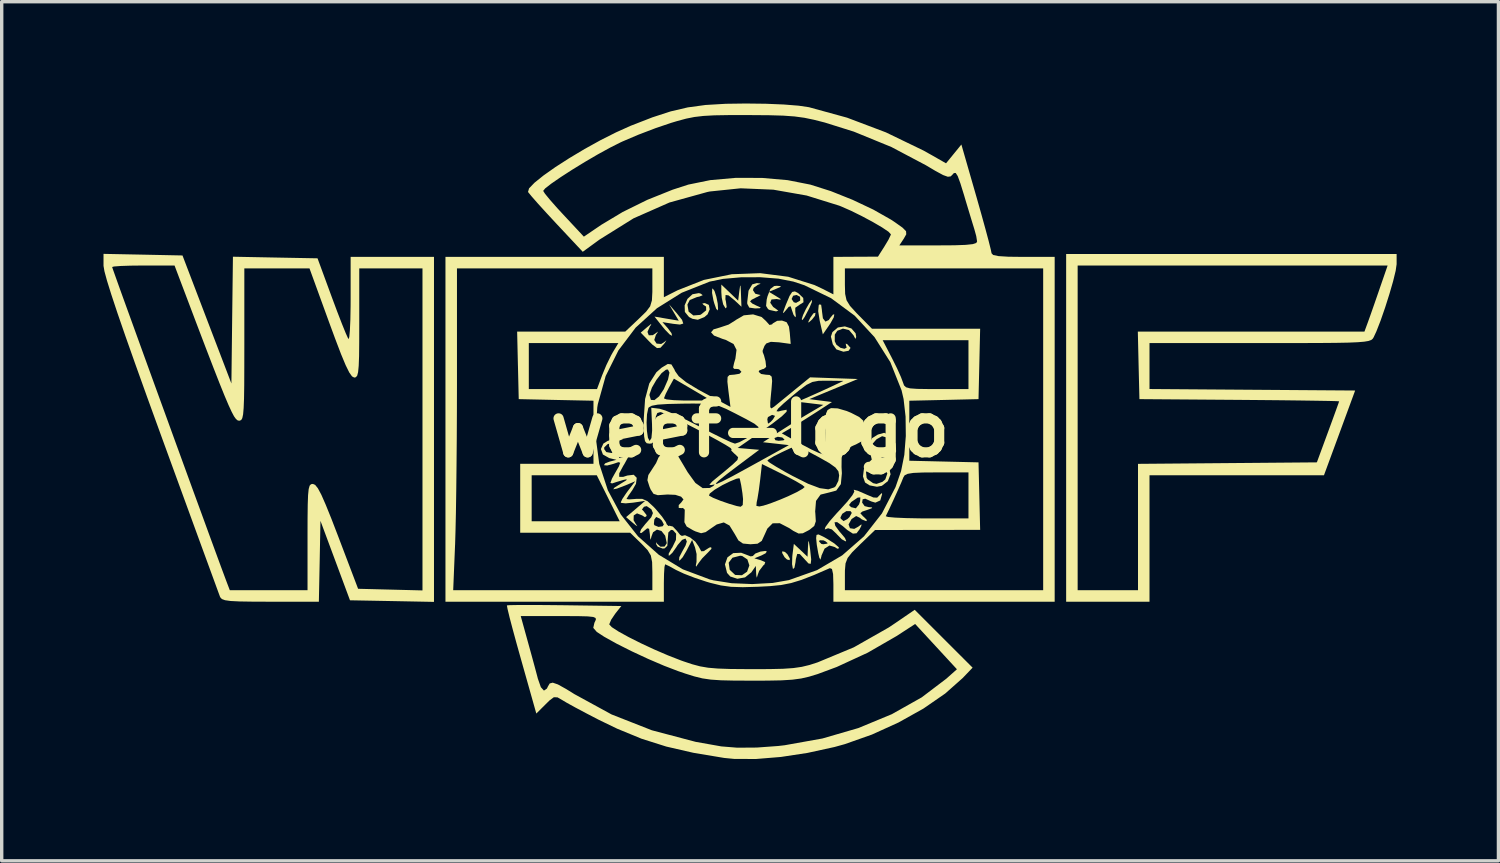
<source format=kicad_pcb>
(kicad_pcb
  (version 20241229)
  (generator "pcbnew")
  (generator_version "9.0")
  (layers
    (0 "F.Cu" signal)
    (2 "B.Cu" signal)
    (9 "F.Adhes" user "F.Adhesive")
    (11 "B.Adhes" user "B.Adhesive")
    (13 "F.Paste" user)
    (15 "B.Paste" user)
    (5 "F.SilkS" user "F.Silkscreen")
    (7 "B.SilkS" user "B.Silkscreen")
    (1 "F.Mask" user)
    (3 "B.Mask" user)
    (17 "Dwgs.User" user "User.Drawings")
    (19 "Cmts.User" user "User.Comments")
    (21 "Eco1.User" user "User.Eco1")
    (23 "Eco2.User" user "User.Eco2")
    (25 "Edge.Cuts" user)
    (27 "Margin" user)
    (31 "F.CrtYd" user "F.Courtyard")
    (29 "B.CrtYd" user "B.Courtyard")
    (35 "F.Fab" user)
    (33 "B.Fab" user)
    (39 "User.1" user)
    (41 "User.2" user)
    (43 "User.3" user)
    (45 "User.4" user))
  (footprint "weef-logo"
    (layer "F.Cu")
    (at 19.05 9.599)
    (property "Reference" "weef-logo" (at 0 0 0) (layer "F.SilkS") (effects (font (size 1.5 1.5) (thickness 0.3))))
    (attr board_only exclude_from_pos_files exclude_from_bom)
    (fp_poly (pts (xy 0.563 -4.045) (xy 0.55 -4.052) (xy 0.568 -4.059)) (stroke (width 0) (type solid)) (fill yes) (layer "F.SilkS"))
    (fp_poly (pts (xy 0.909 -4.219) (xy 0.883 -4.188) (xy 0.762 -4.137) (xy 0.568 -4.059) (xy 0.598 -4.135) (xy 0.711 -4.221) (xy 0.787 -4.228)) (stroke (width 0) (type solid)) (fill yes) (layer "F.SilkS"))
    (fp_poly (pts (xy 1.914 -3.345) (xy 1.827 -3.236) (xy 1.722 -3.142) (xy 1.719 -3.175) (xy 1.775 -3.288) (xy 1.866 -3.416) (xy 1.928 -3.434)) (stroke (width 0) (type solid)) (fill yes) (layer "F.SilkS"))
    (fp_poly (pts (xy 1.029 3.614) (xy 1.101 3.683) (xy 1.171 3.807) (xy 1.167 3.856) (xy 1.088 3.836) (xy 1.016 3.768) (xy 0.945 3.643) (xy 0.95 3.594)) (stroke (width 0) (type solid)) (fill yes) (layer "F.SilkS"))
    (fp_poly (pts (xy -1.048 -4.076) (xy -0.993 -3.905) (xy -0.953 -3.705) (xy -0.943 -3.547) (xy -0.957 -3.502) (xy -0.998 -3.551) (xy -1.057 -3.719) (xy -1.081 -3.807) (xy -1.12 -4.017) (xy -1.115 -4.137) (xy -1.101 -4.149)) (stroke (width 0) (type solid)) (fill yes) (layer "F.SilkS"))
    (fp_poly (pts (xy 1.819 -3.744) (xy 1.75 -3.581) (xy 1.727 -3.535) (xy 1.607 -3.308) (xy 1.544 -3.217) (xy 1.524 -3.243) (xy 1.524 -3.25) (xy 1.56 -3.365) (xy 1.644 -3.541) (xy 1.74 -3.709) (xy 1.814 -3.805) (xy 1.825 -3.81)) (stroke (width 0) (type solid)) (fill yes) (layer "F.SilkS"))
    (fp_poly (pts (xy -2.168 -3.429) (xy -2.004 -3.224) (xy -1.968 -3.116) (xy -2.065 -3.086) (xy -2.265 -3.108) (xy -2.582 -3.158) (xy -2.421 -2.976) (xy -2.316 -2.834) (xy -2.297 -2.755) (xy -2.366 -2.792) (xy -2.499 -2.928) (xy -2.575 -3.019) (xy -2.816 -3.321) (xy -2.459 -3.26) (xy -2.101 -3.2) (xy -2.245 -3.441) (xy -2.388 -3.683)) (stroke (width 0) (type solid)) (fill yes) (layer "F.SilkS"))
    (fp_poly (pts (xy 0.762 -3.926) (xy 0.9 -3.839) (xy 0.895 -3.819) (xy 0.783 -3.839) (xy 0.631 -3.825) (xy 0.594 -3.73) (xy 0.68 -3.605) (xy 0.741 -3.563) (xy 0.832 -3.496) (xy 0.772 -3.475) (xy 0.762 -3.475) (xy 0.577 -3.516) (xy 0.531 -3.54) (xy 0.472 -3.635) (xy 0.49 -3.824) (xy 0.514 -3.92) (xy 0.563 -4.045)) (stroke (width 0) (type solid)) (fill yes) (layer "F.SilkS"))
    (fp_poly (pts (xy 2.094 -3.67) (xy 2.117 -3.511) (xy 2.117 -3.493) (xy 2.146 -3.27) (xy 2.221 -3.173) (xy 2.32 -3.22) (xy 2.359 -3.278) (xy 2.443 -3.381) (xy 2.482 -3.386) (xy 2.465 -3.297) (xy 2.371 -3.128) (xy 2.333 -3.071) (xy 2.144 -2.797) (xy 2.052 -3.198) (xy 2.007 -3.482) (xy 2.023 -3.656) (xy 2.038 -3.679)) (stroke (width 0) (type solid)) (fill yes) (layer "F.SilkS"))
    (fp_poly (pts (xy -0.599 -4.028) (xy -0.351 -3.79) (xy -0.316 -4.075) (xy -0.294 -4.227) (xy -0.281 -4.231) (xy -0.271 -4.077) (xy -0.268 -3.986) (xy -0.254 -3.611) (xy -0.45 -3.795) (xy -0.633 -3.945) (xy -0.722 -3.958) (xy -0.727 -3.833) (xy -0.712 -3.768) (xy -0.689 -3.6) (xy -0.721 -3.562) (xy -0.788 -3.672) (xy -0.795 -3.69) (xy -0.835 -3.878) (xy -0.847 -4.044) (xy -0.847 -4.265)) (stroke (width 0) (type solid)) (fill yes) (layer "F.SilkS"))
    (fp_poly (pts (xy 1.755 3.442) (xy 1.771 3.556) (xy 1.801 3.836) (xy 1.787 3.964) (xy 1.72 3.952) (xy 1.609 3.831) (xy 1.467 3.677) (xy 1.389 3.672) (xy 1.349 3.825) (xy 1.339 3.916) (xy 1.308 4.077) (xy 1.267 4.115) (xy 1.261 4.106) (xy 1.237 3.973) (xy 1.244 3.751) (xy 1.249 3.699) (xy 1.29 3.376) (xy 1.492 3.565) (xy 1.693 3.755) (xy 1.706 3.465) (xy 1.716 3.308) (xy 1.73 3.298)) (stroke (width 0) (type solid)) (fill yes) (layer "F.SilkS"))
    (fp_poly (pts (xy -2.916 -3.078) (xy -2.951 -3.031) (xy -3.023 -2.87) (xy -2.985 -2.77) (xy -2.868 -2.773) (xy -2.808 -2.811) (xy -2.713 -2.879) (xy -2.739 -2.83) (xy -2.774 -2.784) (xy -2.823 -2.631) (xy -2.754 -2.525) (xy -2.619 -2.514) (xy -2.538 -2.563) (xy -2.465 -2.622) (xy -2.5 -2.564) (xy -2.533 -2.519) (xy -2.641 -2.402) (xy -2.742 -2.393) (xy -2.882 -2.499) (xy -2.992 -2.61) (xy -3.221 -2.849) (xy -3.03 -3.012) (xy -2.916 -3.103)) (stroke (width 0) (type solid)) (fill yes) (layer "F.SilkS"))
    (fp_poly (pts (xy 0.312 -4.294) (xy 0.262 -4.267) (xy 0.233 -4.26) (xy 0.107 -4.17) (xy 0.085 -4.1) (xy 0.154 -3.995) (xy 0.233 -3.974) (xy 0.31 -3.957) (xy 0.233 -3.91) (xy 0.191 -3.892) (xy 0.045 -3.816) (xy 0 -3.768) (xy 0.068 -3.704) (xy 0.191 -3.643) (xy 0.314 -3.588) (xy 0.287 -3.567) (xy 0.148 -3.561) (xy -0.024 -3.586) (xy -0.082 -3.695) (xy -0.084 -3.747) (xy -0.045 -4.084) (xy 0.065 -4.27) (xy 0.2 -4.308)) (stroke (width 0) (type solid)) (fill yes) (layer "F.SilkS"))
    (fp_poly (pts (xy -1.451 -3.996) (xy -1.395 -3.951) (xy -1.495 -3.91) (xy -1.566 -3.896) (xy -1.777 -3.809) (xy -1.846 -3.675) (xy -1.811 -3.467) (xy -1.67 -3.354) (xy -1.471 -3.371) (xy -1.445 -3.384) (xy -1.293 -3.506) (xy -1.296 -3.617) (xy -1.376 -3.669) (xy -1.406 -3.707) (xy -1.333 -3.719) (xy -1.215 -3.666) (xy -1.189 -3.535) (xy -1.252 -3.386) (xy -1.349 -3.305) (xy -1.539 -3.228) (xy -1.699 -3.256) (xy -1.799 -3.309) (xy -1.921 -3.457) (xy -1.928 -3.652) (xy -1.845 -3.842) (xy -1.697 -3.979) (xy -1.509 -4.013)) (stroke (width 0) (type solid)) (fill yes) (layer "F.SilkS"))
    (fp_poly (pts (xy 2.986 -2.971) (xy 3.109 -2.829) (xy 3.127 -2.72) (xy 3.105 -2.663) (xy 3.047 -2.77) (xy 3.045 -2.773) (xy 2.916 -2.923) (xy 2.736 -2.967) (xy 2.57 -2.903) (xy 2.496 -2.79) (xy 2.495 -2.595) (xy 2.543 -2.494) (xy 2.662 -2.402) (xy 2.782 -2.372) (xy 2.846 -2.407) (xy 2.828 -2.468) (xy 2.818 -2.526) (xy 2.866 -2.506) (xy 2.961 -2.398) (xy 2.904 -2.314) (xy 2.75 -2.286) (xy 2.544 -2.354) (xy 2.437 -2.504) (xy 2.382 -2.732) (xy 2.426 -2.864) (xy 2.587 -3) (xy 2.793 -3.032)) (stroke (width 0) (type solid)) (fill yes) (layer "F.SilkS"))
    (fp_poly (pts (xy 2.158 3.164) (xy 2.285 3.236) (xy 2.487 3.366) (xy 2.608 3.472) (xy 2.624 3.503) (xy 2.573 3.519) (xy 2.498 3.471) (xy 2.339 3.424) (xy 2.195 3.516) (xy 2.104 3.722) (xy 2.099 3.753) (xy 2.073 3.842) (xy 2.04 3.782) (xy 2.009 3.651) (xy 1.966 3.405) (xy 1.956 3.305) (xy 2.032 3.305) (xy 2.101 3.377) (xy 2.159 3.387) (xy 2.272 3.369) (xy 2.286 3.353) (xy 2.22 3.299) (xy 2.159 3.271) (xy 2.05 3.27) (xy 2.032 3.305) (xy 1.956 3.305) (xy 1.947 3.208) (xy 1.947 3.204) (xy 1.958 3.112) (xy 2.015 3.097)) (stroke (width 0) (type solid)) (fill yes) (layer "F.SilkS"))
    (fp_poly (pts (xy 1.417 -4.013) (xy 1.566 -3.871) (xy 1.574 -3.743) (xy 1.458 -3.67) (xy 1.332 -3.581) (xy 1.332 -3.464) (xy 1.349 -3.332) (xy 1.332 -3.302) (xy 1.281 -3.373) (xy 1.24 -3.491) (xy 1.197 -3.623) (xy 1.139 -3.61) (xy 1.058 -3.512) (xy 0.983 -3.424) (xy 0.972 -3.446) (xy 1.027 -3.598) (xy 1.058 -3.679) (xy 1.126 -3.839) (xy 1.224 -3.839) (xy 1.287 -3.744) (xy 1.355 -3.725) (xy 1.465 -3.786) (xy 1.478 -3.804) (xy 1.473 -3.905) (xy 1.371 -3.958) (xy 1.269 -3.936) (xy 1.224 -3.839) (xy 1.126 -3.839) (xy 1.163 -3.929) (xy 1.241 -4.047) (xy 1.321 -4.063)) (stroke (width 0) (type solid)) (fill yes) (layer "F.SilkS"))
    (fp_poly (pts (xy 0.495 3.6) (xy 0.457 3.654) (xy 0.33 3.719) (xy 0.127 3.801) (xy 0.319 3.858) (xy 0.447 3.914) (xy 0.425 3.981) (xy 0.39 4.011) (xy 0.268 4.172) (xy 0.229 4.276) (xy 0.199 4.373) (xy 0.184 4.312) (xy 0.179 4.236) (xy 0.169 4.026) (xy 0.038 4.214) (xy -0.147 4.363) (xy -0.375 4.404) (xy -0.583 4.337) (xy -0.679 4.23) (xy -0.74 3.98) (xy -0.722 3.93) (xy -0.63 3.93) (xy -0.601 4.132) (xy -0.596 4.143) (xy -0.439 4.291) (xy -0.24 4.3) (xy -0.088 4.195) (xy -0.021 4.01) (xy -0.079 3.834) (xy -0.233 3.732) (xy -0.292 3.725) (xy -0.518 3.783) (xy -0.63 3.93) (xy -0.722 3.93) (xy -0.667 3.774) (xy -0.496 3.648) (xy -0.263 3.637) (xy -0.141 3.683) (xy 0.016 3.744) (xy 0.085 3.733) (xy 0.085 3.73) (xy 0.154 3.661) (xy 0.305 3.603) (xy 0.45 3.584)) (stroke (width 0) (type solid)) (fill yes) (layer "F.SilkS"))
    (fp_poly (pts (xy 4.102 0.172) (xy 4.148 0.211) (xy 4.288 0.422) (xy 4.303 0.649) (xy 4.194 0.834) (xy 4.157 0.861) (xy 4.048 0.969) (xy 4.085 1.104) (xy 4.089 1.109) (xy 4.14 1.325) (xy 4.059 1.529) (xy 3.882 1.666) (xy 3.738 1.693) (xy 3.522 1.652) (xy 3.388 1.567) (xy 3.327 1.389) (xy 3.343 1.257) (xy 3.416 1.257) (xy 3.434 1.429) (xy 3.465 1.475) (xy 3.626 1.587) (xy 3.725 1.609) (xy 3.9 1.548) (xy 3.985 1.475) (xy 4.044 1.303) (xy 3.967 1.149) (xy 3.788 1.063) (xy 3.725 1.058) (xy 3.523 1.116) (xy 3.416 1.257) (xy 3.343 1.257) (xy 3.354 1.174) (xy 3.45 1.003) (xy 3.511 0.963) (xy 3.586 0.892) (xy 3.552 0.745) (xy 3.54 0.718) (xy 3.489 0.461) (xy 3.491 0.458) (xy 3.581 0.458) (xy 3.584 0.585) (xy 3.689 0.714) (xy 3.889 0.837) (xy 4.077 0.792) (xy 4.132 0.745) (xy 4.228 0.551) (xy 4.177 0.355) (xy 4.057 0.25) (xy 3.89 0.203) (xy 3.734 0.289) (xy 3.718 0.303) (xy 3.581 0.458) (xy 3.491 0.458) (xy 3.597 0.261) (xy 3.765 0.155) (xy 3.951 0.103)) (stroke (width 0) (type solid)) (fill yes) (layer "F.SilkS"))
    (fp_poly (pts (xy 19.05 -4.865) (xy 19.022 -4.671) (xy 18.947 -4.364) (xy 18.838 -3.987) (xy 18.711 -3.586) (xy 18.578 -3.203) (xy 18.454 -2.885) (xy 18.372 -2.709) (xy 18.344 -2.666) (xy 18.3 -2.631) (xy 18.222 -2.603) (xy 18.096 -2.582) (xy 17.905 -2.566) (xy 17.632 -2.554) (xy 17.262 -2.547) (xy 16.778 -2.543) (xy 16.164 -2.541) (xy 15.404 -2.54) (xy 15.025 -2.54) (xy 11.769 -2.54) (xy 11.769 -1.864) (xy 11.769 -1.187) (xy 14.798 -1.165) (xy 17.828 -1.143) (xy 17.369 0.106) (xy 16.909 1.355) (xy 14.339 1.355) (xy 11.769 1.355) (xy 11.769 3.217) (xy 11.769 5.08) (xy 10.541 5.08) (xy 9.313 5.08) (xy 9.313 -0.042) (xy 9.652 -0.042) (xy 9.652 4.741) (xy 10.541 4.741) (xy 11.43 4.741) (xy 11.43 2.88) (xy 11.43 1.018) (xy 14.065 0.996) (xy 16.7 0.974) (xy 17.027 0.085) (xy 17.158 -0.272) (xy 17.264 -0.564) (xy 17.334 -0.759) (xy 17.356 -0.824) (xy 17.274 -0.83) (xy 17.043 -0.836) (xy 16.681 -0.842) (xy 16.207 -0.849) (xy 15.641 -0.856) (xy 15.001 -0.862) (xy 14.415 -0.867) (xy 11.472 -0.889) (xy 11.448 -1.884) (xy 11.425 -2.879) (xy 14.763 -2.879) (xy 18.102 -2.879) (xy 18.203 -3.154) (xy 18.278 -3.363) (xy 18.387 -3.674) (xy 18.51 -4.029) (xy 18.544 -4.128) (xy 18.785 -4.826) (xy 14.219 -4.826) (xy 9.652 -4.826) (xy 9.652 -0.042) (xy 9.313 -0.042) (xy 9.313 -5.165) (xy 14.182 -5.165) (xy 19.05 -5.165)) (stroke (width 0) (type solid)) (fill yes) (layer "F.SilkS"))
    (fp_poly (pts (xy 3.173 1.81) (xy 3.414 1.915) (xy 3.431 1.923) (xy 3.635 2.009) (xy 3.745 2.014) (xy 3.814 1.944) (xy 3.878 1.879) (xy 3.892 1.905) (xy 3.836 2.096) (xy 3.692 2.161) (xy 3.572 2.125) (xy 3.394 2.044) (xy 3.317 2.062) (xy 3.302 2.159) (xy 3.375 2.263) (xy 3.493 2.293) (xy 3.597 2.302) (xy 3.584 2.327) (xy 3.437 2.381) (xy 3.31 2.422) (xy 3.249 2.472) (xy 3.328 2.563) (xy 3.353 2.582) (xy 3.443 2.674) (xy 3.425 2.707) (xy 3.293 2.655) (xy 3.234 2.607) (xy 3.126 2.555) (xy 2.996 2.641) (xy 2.988 2.649) (xy 2.902 2.804) (xy 2.943 2.915) (xy 3.07 2.934) (xy 3.185 2.871) (xy 3.282 2.799) (xy 3.278 2.845) (xy 3.227 2.945) (xy 3.138 3.063) (xy 3.03 3.074) (xy 2.867 2.969) (xy 2.731 2.852) (xy 2.565 2.734) (xy 2.489 2.74) (xy 2.511 2.843) (xy 2.64 3.019) (xy 2.668 3.049) (xy 2.796 3.203) (xy 2.832 3.292) (xy 2.816 3.302) (xy 2.703 3.241) (xy 2.558 3.094) (xy 2.55 3.083) (xy 2.409 2.949) (xy 2.297 2.915) (xy 2.289 2.919) (xy 2.2 2.952) (xy 2.22 2.88) (xy 2.341 2.715) (xy 2.442 2.599) (xy 2.662 2.599) (xy 2.673 2.634) (xy 2.754 2.704) (xy 2.866 2.646) (xy 2.928 2.588) (xy 2.997 2.463) (xy 2.96 2.411) (xy 2.838 2.41) (xy 2.716 2.49) (xy 2.662 2.599) (xy 2.442 2.599) (xy 2.552 2.474) (xy 2.662 2.357) (xy 2.775 2.231) (xy 2.915 2.231) (xy 2.976 2.294) (xy 3.117 2.328) (xy 3.211 2.213) (xy 3.242 2.118) (xy 3.249 2.007) (xy 3.172 2.012) (xy 2.993 2.134) (xy 2.98 2.144) (xy 2.915 2.231) (xy 2.775 2.231) (xy 2.87 2.126) (xy 3.015 1.942) (xy 3.072 1.837) (xy 3.069 1.828) (xy 3.054 1.78)) (stroke (width 0) (type solid)) (fill yes) (layer "F.SilkS"))
    (fp_poly (pts (xy -6.052 5.178) (xy -5.547 5.183) (xy -5.466 5.184) (xy -3.794 5.207) (xy -3.972 5.432) (xy -4.093 5.611) (xy -4.148 5.743) (xy -4.149 5.749) (xy -4.075 5.829) (xy -3.876 5.958) (xy -3.58 6.121) (xy -3.218 6.303) (xy -2.821 6.488) (xy -2.419 6.661) (xy -2.042 6.808) (xy -1.97 6.834) (xy -1.706 6.922) (xy -1.474 6.984) (xy -1.235 7.025) (xy -0.951 7.049) (xy -0.583 7.062) (xy -0.093 7.066) (xy 0.042 7.067) (xy 0.573 7.065) (xy 0.971 7.056) (xy 1.275 7.035) (xy 1.523 6.999) (xy 1.751 6.944) (xy 1.99 6.867) (xy 3.056 6.424) (xy 4.084 5.84) (xy 4.274 5.713) (xy 4.851 5.318) (xy 5.704 6.171) (xy 6.557 7.023) (xy 6.263 7.33) (xy 5.75 7.785) (xy 5.107 8.229) (xy 4.373 8.639) (xy 3.589 8.995) (xy 2.793 9.276) (xy 2.487 9.361) (xy 1.691 9.535) (xy 0.907 9.654) (xy 0.175 9.714) (xy -0.465 9.712) (xy -0.762 9.683) (xy -1.673 9.531) (xy -2.468 9.348) (xy -3.197 9.117) (xy -3.914 8.822) (xy -4.456 8.56) (xy -4.822 8.37) (xy -5.155 8.193) (xy -5.41 8.052) (xy -5.524 7.984) (xy -5.673 7.898) (xy -5.781 7.894) (xy -5.907 7.987) (xy -6.027 8.105) (xy -6.298 8.375) (xy -6.744 6.795) (xy -6.881 6.306) (xy -6.998 5.876) (xy -7.089 5.53) (xy -7.095 5.503) (xy -6.757 5.503) (xy -6.552 6.244) (xy -6.446 6.627) (xy -6.346 6.994) (xy -6.269 7.282) (xy -6.253 7.345) (xy -6.164 7.599) (xy -6.073 7.699) (xy -5.985 7.638) (xy -5.957 7.578) (xy -5.903 7.488) (xy -5.814 7.465) (xy -5.662 7.517) (xy -5.419 7.652) (xy -5.175 7.803) (xy -4.081 8.401) (xy -2.893 8.868) (xy -1.602 9.209) (xy -0.847 9.343) (xy -0.378 9.381) (xy 0.198 9.377) (xy 0.826 9.331) (xy 1.018 9.309) (xy 2.131 9.11) (xy 3.192 8.802) (xy 4.176 8.394) (xy 5.056 7.899) (xy 5.78 7.35) (xy 6.095 7.07) (xy 5.48 6.403) (xy 4.864 5.736) (xy 4.316 6.092) (xy 3.468 6.581) (xy 2.555 7.002) (xy 1.99 7.212) (xy 1.741 7.288) (xy 1.506 7.342) (xy 1.246 7.377) (xy 0.925 7.397) (xy 0.504 7.405) (xy 0.042 7.406) (xy -0.473 7.404) (xy -0.859 7.395) (xy -1.156 7.375) (xy -1.404 7.339) (xy -1.644 7.28) (xy -1.915 7.195) (xy -2.117 7.126) (xy -2.535 6.966) (xy -3.006 6.764) (xy -3.487 6.54) (xy -3.932 6.316) (xy -4.3 6.111) (xy -4.515 5.971) (xy -4.62 5.85) (xy -4.586 5.7) (xy -4.576 5.68) (xy -4.543 5.609) (xy -4.551 5.56) (xy -4.623 5.529) (xy -4.784 5.512) (xy -5.058 5.505) (xy -5.471 5.503) (xy -5.619 5.503) (xy -6.757 5.503) (xy -7.095 5.503) (xy -7.146 5.293) (xy -7.165 5.19) (xy -7.164 5.188) (xy -7.075 5.181) (xy -6.843 5.177) (xy -6.493 5.176)) (stroke (width 0) (type solid)) (fill yes) (layer "F.SilkS"))
    (fp_poly (pts (xy -17.886 -5.146) (xy -16.723 -5.122) (xy -16.003 -3.236) (xy -15.282 -1.35) (xy -15.26 -3.217) (xy -15.237 -5.085) (xy -13.99 -5.061) (xy -12.744 -5.038) (xy -12.318 -3.879) (xy -12.163 -3.464) (xy -12.024 -3.105) (xy -11.914 -2.834) (xy -11.845 -2.681) (xy -11.831 -2.658) (xy -11.809 -2.716) (xy -11.791 -2.914) (xy -11.777 -3.227) (xy -11.77 -3.627) (xy -11.769 -3.838) (xy -11.769 -5.08) (xy -10.541 -5.08) (xy -9.313 -5.08) (xy -9.313 0.002) (xy -9.313 5.085) (xy -10.551 5.061) (xy -11.788 5.038) (xy -12.223 3.867) (xy -12.658 2.697) (xy -12.681 3.889) (xy -12.705 5.08) (xy -14.133 5.08) (xy -14.66 5.078) (xy -15.042 5.072) (xy -15.304 5.059) (xy -15.469 5.036) (xy -15.563 5.001) (xy -15.609 4.951) (xy -15.618 4.932) (xy -15.657 4.827) (xy -15.748 4.578) (xy -15.887 4.198) (xy -16.068 3.704) (xy -16.286 3.108) (xy -16.535 2.426) (xy -16.81 1.673) (xy -17.106 0.862) (xy -17.363 0.157) (xy -17.77 -0.964) (xy -18.117 -1.932) (xy -18.407 -2.752) (xy -18.641 -3.43) (xy -18.82 -3.97) (xy -18.947 -4.377) (xy -19.023 -4.657) (xy -19.044 -4.782) (xy -18.796 -4.782) (xy -18.768 -4.699) (xy -18.688 -4.474) (xy -18.563 -4.124) (xy -18.398 -3.667) (xy -18.199 -3.118) (xy -17.974 -2.496) (xy -17.728 -1.817) (xy -17.467 -1.098) (xy -17.197 -0.357) (xy -16.926 0.39) (xy -16.658 1.125) (xy -16.401 1.831) (xy -16.159 2.492) (xy -15.941 3.09) (xy -15.751 3.608) (xy -15.596 4.03) (xy -15.482 4.337) (xy -15.418 4.508) (xy -15.329 4.741) (xy -14.184 4.741) (xy -13.039 4.741) (xy -13.039 3.175) (xy -13.038 2.624) (xy -13.033 2.219) (xy -13.023 1.939) (xy -13.005 1.761) (xy -12.977 1.661) (xy -12.936 1.618) (xy -12.881 1.609) (xy -12.814 1.638) (xy -12.734 1.738) (xy -12.633 1.926) (xy -12.503 2.222) (xy -12.333 2.642) (xy -12.136 3.154) (xy -11.549 4.699) (xy -10.6 4.723) (xy -9.652 4.747) (xy -9.652 0.003) (xy -9.652 -4.741) (xy -10.583 -4.741) (xy -11.515 -4.741) (xy -11.515 -3.133) (xy -11.516 -2.572) (xy -11.52 -2.158) (xy -11.531 -1.87) (xy -11.549 -1.684) (xy -11.576 -1.58) (xy -11.616 -1.534) (xy -11.663 -1.524) (xy -11.728 -1.559) (xy -11.81 -1.675) (xy -11.915 -1.888) (xy -12.052 -2.216) (xy -12.227 -2.675) (xy -12.396 -3.133) (xy -12.981 -4.741) (xy -13.941 -4.741) (xy -14.901 -4.741) (xy -14.901 -2.498) (xy -14.902 -1.823) (xy -14.904 -1.299) (xy -14.91 -0.907) (xy -14.921 -0.627) (xy -14.937 -0.441) (xy -14.961 -0.329) (xy -14.993 -0.274) (xy -15.036 -0.255) (xy -15.06 -0.254) (xy -15.101 -0.264) (xy -15.147 -0.303) (xy -15.204 -0.382) (xy -15.275 -0.516) (xy -15.367 -0.715) (xy -15.485 -0.993) (xy -15.634 -1.362) (xy -15.819 -1.834) (xy -16.046 -2.423) (xy -16.319 -3.14) (xy -16.644 -3.999) (xy -16.789 -4.381) (xy -16.957 -4.826) (xy -17.876 -4.826) (xy -18.248 -4.822) (xy -18.548 -4.812) (xy -18.741 -4.797) (xy -18.796 -4.782) (xy -19.044 -4.782) (xy -19.05 -4.814) (xy -19.05 -4.82) (xy -19.05 -5.169)) (stroke (width 0) (type solid)) (fill yes) (layer "F.SilkS"))
    (fp_poly (pts (xy -3.744 0.286) (xy -3.847 0.331) (xy -3.962 0.362) (xy -4.203 0.441) (xy -4.297 0.534) (xy -4.298 0.584) (xy -4.236 0.671) (xy -4.073 0.699) (xy -3.913 0.693) (xy -3.695 0.689) (xy -3.568 0.711) (xy -3.556 0.725) (xy -3.597 0.829) (xy -3.698 1.014) (xy -3.735 1.074) (xy -3.854 1.295) (xy -3.857 1.4) (xy -3.74 1.402) (xy -3.617 1.362) (xy -3.428 1.339) (xy -3.339 1.429) (xy -3.362 1.606) (xy -3.468 1.791) (xy -3.584 1.956) (xy -3.64 2.05) (xy -3.641 2.054) (xy -3.567 2.065) (xy -3.387 2.053) (xy -3.361 2.05) (xy -3.177 2.05) (xy -3.022 2.118) (xy -2.84 2.286) (xy -2.768 2.364) (xy -2.595 2.571) (xy -2.481 2.735) (xy -2.455 2.799) (xy -2.404 2.851) (xy -2.376 2.84) (xy -2.277 2.865) (xy -2.163 2.983) (xy -2.06 3.111) (xy -2.009 3.141) (xy -1.916 3.12) (xy -1.765 3.188) (xy -1.613 3.311) (xy -1.516 3.45) (xy -1.438 3.594) (xy -1.356 3.589) (xy -1.335 3.57) (xy -1.198 3.484) (xy -1.147 3.474) (xy -1.137 3.52) (xy -1.233 3.623) (xy -1.412 3.804) (xy -1.514 3.938) (xy -1.59 4.049) (xy -1.598 4.01) (xy -1.578 3.907) (xy -1.576 3.675) (xy -1.621 3.483) (xy -1.708 3.26) (xy -1.876 3.585) (xy -1.987 3.772) (xy -2.072 3.863) (xy -2.092 3.863) (xy -2.085 3.767) (xy -2.001 3.604) (xy -1.901 3.424) (xy -1.863 3.305) (xy -1.903 3.218) (xy -2.003 3.258) (xy -2.134 3.41) (xy -2.172 3.471) (xy -2.292 3.641) (xy -2.386 3.724) (xy -2.395 3.725) (xy -2.399 3.666) (xy -2.32 3.52) (xy -2.291 3.479) (xy -2.184 3.259) (xy -2.178 3.075) (xy -2.271 2.972) (xy -2.329 2.963) (xy -2.408 3.04) (xy -2.425 3.239) (xy -2.438 3.433) (xy -2.515 3.508) (xy -2.575 3.514) (xy -2.723 3.457) (xy -2.766 3.387) (xy -2.77 3.323) (xy -2.745 3.365) (xy -2.641 3.459) (xy -2.518 3.454) (xy -2.455 3.357) (xy -2.455 3.351) (xy -2.501 3.134) (xy -2.611 2.996) (xy -2.743 2.956) (xy -2.858 3.033) (xy -2.904 3.154) (xy -2.93 3.256) (xy -2.945 3.201) (xy -2.952 3.095) (xy -2.974 2.932) (xy -3.03 2.917) (xy -3.065 2.946) (xy -3.199 3.055) (xy -3.248 3.045) (xy -3.209 2.946) (xy -3.088 2.793) (xy -2.834 2.793) (xy -2.816 2.828) (xy -2.698 2.876) (xy -2.576 2.857) (xy -2.54 2.804) (xy -2.598 2.692) (xy -2.657 2.633) (xy -2.766 2.583) (xy -2.821 2.657) (xy -2.834 2.793) (xy -3.088 2.793) (xy -3.083 2.786) (xy -3.07 2.773) (xy -2.911 2.59) (xy -2.862 2.468) (xy -2.907 2.36) (xy -2.91 2.356) (xy -3.045 2.263) (xy -3.125 2.282) (xy -3.186 2.362) (xy -3.142 2.407) (xy -3.053 2.522) (xy -3.048 2.555) (xy -3.097 2.589) (xy -3.179 2.537) (xy -3.331 2.476) (xy -3.428 2.538) (xy -3.432 2.678) (xy -3.38 2.769) (xy -3.321 2.855) (xy -3.368 2.829) (xy -3.458 2.754) (xy -3.653 2.588) (xy -3.371 2.348) (xy -3.09 2.108) (xy -3.45 2.162) (xy -3.668 2.182) (xy -3.796 2.168) (xy -3.81 2.153) (xy -3.763 2.052) (xy -3.645 1.876) (xy -3.597 1.811) (xy -3.384 1.531) (xy -3.679 1.655) (xy -3.924 1.748) (xy -4.032 1.768) (xy -3.996 1.719) (xy -3.81 1.602) (xy -3.649 1.504) (xy -3.634 1.472) (xy -3.725 1.49) (xy -3.938 1.553) (xy -4.061 1.594) (xy -4.115 1.581) (xy -4.07 1.455) (xy -3.997 1.323) (xy -3.866 1.094) (xy -3.826 0.985) (xy -3.879 0.968) (xy -4.029 1.019) (xy -4.033 1.02) (xy -4.211 1.067) (xy -4.305 1.057) (xy -4.272 1.004) (xy -4.145 0.954) (xy -3.937 0.899) (xy -4.149 0.848) (xy -4.251 0.79) (xy -3.866 0.79) (xy -3.855 0.841) (xy -3.81 0.847) (xy -3.74 0.816) (xy -3.754 0.79) (xy -3.854 0.78) (xy -3.866 0.79) (xy -4.251 0.79) (xy -4.336 0.742) (xy -4.395 0.581) (xy -4.322 0.42) (xy -4.191 0.339) (xy -3.954 0.277) (xy -3.783 0.264)) (stroke (width 0) (type solid)) (fill yes) (layer "F.SilkS"))
    (fp_poly (pts (xy 0.463 -9.592) (xy 0.995 -9.57) (xy 1.432 -9.535) (xy 1.736 -9.49) (xy 2.858 -9.182) (xy 4.002 -8.749) (xy 5.107 -8.215) (xy 5.363 -8.072) (xy 5.774 -7.837) (xy 6 -8.114) (xy 6.226 -8.391) (xy 6.672 -6.841) (xy 6.811 -6.351) (xy 6.932 -5.913) (xy 7.028 -5.555) (xy 7.091 -5.304) (xy 7.115 -5.187) (xy 7.115 -5.186) (xy 7.162 -5.136) (xy 7.32 -5.103) (xy 7.609 -5.085) (xy 8.043 -5.08) (xy 8.975 -5.08) (xy 8.975 0) (xy 8.975 5.08) (xy 5.715 5.08) (xy 2.455 5.08) (xy 2.455 4.563) (xy 2.446 4.266) (xy 2.413 4.116) (xy 2.353 4.091) (xy 2.349 4.092) (xy 1.88 4.295) (xy 1.515 4.437) (xy 1.21 4.53) (xy 0.915 4.588) (xy 0.584 4.621) (xy 0.24 4.639) (xy -0.215 4.652) (xy -0.561 4.641) (xy -0.861 4.6) (xy -1.172 4.524) (xy -1.284 4.491) (xy -1.63 4.376) (xy -1.951 4.252) (xy -2.179 4.145) (xy -2.185 4.142) (xy -2.374 4.037) (xy -2.491 3.982) (xy -2.503 3.979) (xy -2.522 4.057) (xy -2.535 4.259) (xy -2.54 4.53) (xy -2.54 5.08) (xy -5.757 5.08) (xy -8.975 5.08) (xy -8.975 4.741) (xy -8.747 4.741) (xy -5.813 4.741) (xy -2.879 4.741) (xy -2.879 4.212) (xy -2.886 3.913) (xy -2.924 3.717) (xy -3.019 3.56) (xy -3.196 3.375) (xy -3.206 3.365) (xy -3.533 3.048) (xy -5.153 3.048) (xy -6.773 3.048) (xy -6.773 2.032) (xy -6.435 2.032) (xy -6.435 2.709) (xy -5.139 2.709) (xy -3.842 2.709) (xy -4.179 2.032) (xy -4.516 1.355) (xy -5.475 1.355) (xy -6.435 1.355) (xy -6.435 2.032) (xy -6.773 2.032) (xy -6.773 1.016) (xy -5.694 1.016) (xy -4.614 1.016) (xy -4.614 0.199) (xy -4.552 0.199) (xy -4.444 1.018) (xy -4.191 1.795) (xy -3.806 2.513) (xy -3.302 3.153) (xy -2.689 3.697) (xy -1.981 4.126) (xy -1.19 4.422) (xy -1.078 4.45) (xy -0.544 4.535) (xy 0.063 4.56) (xy 0.664 4.527) (xy 1.146 4.443) (xy 1.974 4.149) (xy 2.715 3.714) (xy 3.357 3.153) (xy 3.82 2.561) (xy 3.998 2.561) (xy 4.065 2.583) (xy 4.274 2.602) (xy 4.595 2.616) (xy 4.999 2.624) (xy 5.2 2.625) (xy 6.435 2.625) (xy 6.435 1.947) (xy 6.435 1.27) (xy 5.501 1.27) (xy 5.086 1.273) (xy 4.81 1.285) (xy 4.643 1.312) (xy 4.554 1.356) (xy 4.516 1.418) (xy 4.46 1.557) (xy 4.355 1.795) (xy 4.227 2.077) (xy 4.101 2.349) (xy 4 2.556) (xy 3.998 2.561) (xy 3.82 2.561) (xy 3.885 2.478) (xy 4.286 1.703) (xy 4.45 1.228) (xy 4.545 0.753) (xy 4.589 0.197) (xy 4.582 -0.375) (xy 4.523 -0.893) (xy 4.464 -1.148) (xy 4.133 -1.977) (xy 3.724 -2.625) (xy 3.907 -2.625) (xy 4.182 -2.095) (xy 4.329 -1.8) (xy 4.446 -1.54) (xy 4.507 -1.376) (xy 4.537 -1.293) (xy 4.596 -1.238) (xy 4.715 -1.206) (xy 4.925 -1.191) (xy 5.257 -1.186) (xy 5.495 -1.185) (xy 6.435 -1.185) (xy 6.435 -1.905) (xy 6.435 -2.625) (xy 5.171 -2.625) (xy 3.907 -2.625) (xy 3.724 -2.625) (xy 3.667 -2.715) (xy 3.081 -3.349) (xy 2.387 -3.863) (xy 1.602 -4.244) (xy 1.276 -4.352) (xy 0.836 -4.439) (xy 0.3 -4.481) (xy -0.266 -4.479) (xy -0.796 -4.432) (xy -1.191 -4.351) (xy -2.013 -4.024) (xy -2.744 -3.567) (xy -3.371 -2.996) (xy -3.879 -2.324) (xy -4.255 -1.569) (xy -4.485 -0.745) (xy -4.502 -0.643) (xy -4.552 0.199) (xy -4.614 0.199) (xy -4.614 0.087) (xy -4.614 -0.842) (xy -5.715 -0.865) (xy -6.816 -0.889) (xy -6.839 -1.863) (xy -6.519 -1.863) (xy -6.519 -1.185) (xy -5.515 -1.185) (xy -4.51 -1.185) (xy -4.361 -1.587) (xy -4.235 -1.891) (xy -4.094 -2.179) (xy -4.046 -2.265) (xy -3.881 -2.54) (xy -5.2 -2.54) (xy -6.519 -2.54) (xy -6.519 -1.863) (xy -6.839 -1.863) (xy -6.84 -1.884) (xy -6.863 -2.879) (xy -5.27 -2.879) (xy -3.677 -2.879) (xy -3.278 -3.256) (xy -3.064 -3.465) (xy -2.944 -3.624) (xy -2.892 -3.798) (xy -2.879 -4.051) (xy -2.879 -4.187) (xy -2.879 -4.741) (xy -5.757 -4.741) (xy -8.636 -4.741) (xy -8.636 -1.333) (xy -8.638 -0.524) (xy -8.642 0.288) (xy -8.649 1.074) (xy -8.657 1.807) (xy -8.667 2.456) (xy -8.679 2.995) (xy -8.691 3.394) (xy -8.692 3.408) (xy -8.747 4.741) (xy -8.975 4.741) (xy -8.975 0) (xy -8.975 -5.08) (xy -5.757 -5.08) (xy -2.54 -5.08) (xy -2.54 -4.486) (xy -2.54 -3.892) (xy -2.134 -4.097) (xy -1.363 -4.401) (xy -0.539 -4.569) (xy 0.301 -4.6) (xy 1.124 -4.495) (xy 1.894 -4.252) (xy 2.135 -4.139) (xy 2.455 -3.976) (xy 2.455 -4.257) (xy 2.794 -4.257) (xy 2.801 -3.99) (xy 2.842 -3.804) (xy 2.944 -3.637) (xy 3.134 -3.428) (xy 3.193 -3.368) (xy 3.592 -2.963) (xy 5.185 -2.963) (xy 6.779 -2.963) (xy 6.755 -1.926) (xy 6.731 -0.889) (xy 5.711 -0.865) (xy 4.692 -0.842) (xy 4.692 0.042) (xy 4.692 0.926) (xy 5.711 0.95) (xy 6.731 0.974) (xy 6.755 1.968) (xy 6.779 2.963) (xy 5.231 2.965) (xy 3.683 2.967) (xy 3.239 3.394) (xy 3.008 3.623) (xy 2.875 3.79) (xy 2.813 3.95) (xy 2.795 4.155) (xy 2.794 4.282) (xy 2.794 4.741) (xy 5.715 4.741) (xy 8.636 4.741) (xy 8.636 0) (xy 8.636 -4.741) (xy 5.715 -4.741) (xy 2.794 -4.741) (xy 2.794 -4.257) (xy 2.455 -4.257) (xy 2.455 -4.528) (xy 2.455 -5.08) (xy 3.111 -5.084) (xy 3.768 -5.087) (xy 3.958 -5.386) (xy 4.077 -5.585) (xy 4.143 -5.723) (xy 4.149 -5.746) (xy 4.078 -5.822) (xy 3.889 -5.949) (xy 3.619 -6.107) (xy 3.304 -6.276) (xy 2.979 -6.437) (xy 2.681 -6.568) (xy 2.625 -6.59) (xy 1.667 -6.888) (xy 0.687 -7.06) (xy -0.277 -7.101) (xy -1.186 -7.007) (xy -1.259 -6.992) (xy -2.376 -6.682) (xy -3.433 -6.216) (xy -4.436 -5.59) (xy -4.476 -5.561) (xy -4.93 -5.23) (xy -5.704 -6.056) (xy -5.996 -6.371) (xy -6.248 -6.648) (xy -6.435 -6.861) (xy -6.535 -6.983) (xy -6.543 -6.993) (xy -6.533 -7.025) (xy -6.096 -7.025) (xy -6.042 -6.94) (xy -5.895 -6.761) (xy -5.68 -6.517) (xy -5.496 -6.318) (xy -4.897 -5.676) (xy -4.385 -6.024) (xy -3.753 -6.403) (xy -3.027 -6.761) (xy -2.279 -7.061) (xy -1.819 -7.21) (xy -1.172 -7.342) (xy -0.429 -7.408) (xy 0.351 -7.407) (xy 1.108 -7.341) (xy 1.778 -7.209) (xy 2.382 -7.017) (xy 3.02 -6.762) (xy 3.63 -6.474) (xy 4.152 -6.178) (xy 4.274 -6.097) (xy 4.494 -5.94) (xy 4.596 -5.837) (xy 4.602 -5.745) (xy 4.534 -5.625) (xy 4.533 -5.623) (xy 4.399 -5.419) (xy 5.544 -5.419) (xy 6.022 -5.422) (xy 6.353 -5.434) (xy 6.56 -5.456) (xy 6.664 -5.491) (xy 6.689 -5.533) (xy 6.664 -5.693) (xy 6.609 -5.893) (xy 6.55 -6.084) (xy 6.459 -6.384) (xy 6.351 -6.742) (xy 6.305 -6.898) (xy 6.196 -7.25) (xy 6.118 -7.461) (xy 6.059 -7.553) (xy 6.005 -7.549) (xy 5.973 -7.513) (xy 5.912 -7.452) (xy 5.827 -7.441) (xy 5.688 -7.491) (xy 5.464 -7.612) (xy 5.179 -7.781) (xy 4.163 -8.318) (xy 3.059 -8.77) (xy 2.201 -9.039) (xy 1.883 -9.12) (xy 1.599 -9.179) (xy 1.311 -9.218) (xy 0.978 -9.242) (xy 0.561 -9.254) (xy 0.021 -9.258) (xy -0.085 -9.259) (xy -0.634 -9.258) (xy -1.052 -9.251) (xy -1.375 -9.233) (xy -1.64 -9.202) (xy -1.885 -9.153) (xy -2.148 -9.082) (xy -2.328 -9.028) (xy -2.785 -8.873) (xy -3.293 -8.679) (xy -3.751 -8.484) (xy -3.81 -8.457) (xy -4.122 -8.3) (xy -4.485 -8.101) (xy -4.868 -7.877) (xy -5.243 -7.647) (xy -5.582 -7.428) (xy -5.856 -7.239) (xy -6.037 -7.098) (xy -6.096 -7.025) (xy -6.533 -7.025) (xy -6.512 -7.099) (xy -6.352 -7.265) (xy -6.086 -7.479) (xy -5.736 -7.726) (xy -5.325 -7.99) (xy -4.875 -8.259) (xy -4.409 -8.517) (xy -3.949 -8.749) (xy -3.518 -8.943) (xy -3.5 -8.95) (xy -2.877 -9.192) (xy -2.339 -9.367) (xy -1.835 -9.485) (xy -1.312 -9.556) (xy -0.716 -9.591) (xy -0.127 -9.599)) (stroke (width 0) (type solid)) (fill yes) (layer "F.SilkS"))
    (fp_poly (pts (xy 0.341 -3.308) (xy 0.463 -3.196) (xy 0.573 -3.074) (xy 0.65 -3.093) (xy 0.668 -3.119) (xy 0.798 -3.196) (xy 0.941 -3.204) (xy 1.078 -3.154) (xy 1.146 -3.025) (xy 1.17 -2.846) (xy 1.197 -2.516) (xy 0.851 -2.563) (xy 0.611 -2.577) (xy 0.478 -2.529) (xy 0.425 -2.459) (xy 0.371 -2.322) (xy 0.372 -2.276) (xy 0.41 -2.179) (xy 0.455 -2.011) (xy 0.474 -1.838) (xy 0.405 -1.779) (xy 0.383 -1.778) (xy 0.269 -1.733) (xy 0.254 -1.693) (xy 0.326 -1.63) (xy 0.464 -1.609) (xy 0.578 -1.601) (xy 0.636 -1.552) (xy 0.65 -1.423) (xy 0.631 -1.175) (xy 0.621 -1.079) (xy 0.595 -0.795) (xy 0.595 -0.65) (xy 0.629 -0.615) (xy 0.705 -0.663) (xy 0.728 -0.682) (xy 0.877 -0.804) (xy 1.105 -0.99) (xy 1.328 -1.173) (xy 1.768 -1.531) (xy 2.471 -1.506) (xy 3.175 -1.482) (xy 2.46 -1.185) (xy 1.745 -0.889) (xy 2.079 -0.846) (xy 2.413 -0.804) (xy 1.947 -0.502) (xy 1.653 -0.315) (xy 1.372 -0.14) (xy 1.208 -0.041) (xy 0.935 0.119) (xy 1.531 0.45) (xy 1.813 0.598) (xy 2.035 0.7) (xy 2.16 0.738) (xy 2.172 0.735) (xy 2.194 0.634) (xy 2.209 0.409) (xy 2.216 0.106) (xy 2.215 0.056) (xy 2.219 -0.269) (xy 2.238 -0.464) (xy 2.283 -0.567) (xy 2.364 -0.615) (xy 2.396 -0.624) (xy 2.583 -0.616) (xy 2.848 -0.539) (xy 2.979 -0.484) (xy 3.215 -0.363) (xy 3.335 -0.255) (xy 3.378 -0.109) (xy 3.383 0.022) (xy 3.37 0.229) (xy 3.297 0.351) (xy 3.117 0.447) (xy 3.048 0.476) (xy 2.856 0.565) (xy 2.745 0.672) (xy 2.698 0.84) (xy 2.695 1.111) (xy 2.705 1.294) (xy 2.675 1.615) (xy 2.54 1.805) (xy 2.324 1.863) (xy 2.077 1.924) (xy 1.943 2.11) (xy 1.918 2.423) (xy 1.923 2.473) (xy 1.937 2.71) (xy 1.891 2.848) (xy 1.759 2.955) (xy 1.715 2.981) (xy 1.554 3.064) (xy 1.43 3.071) (xy 1.275 2.993) (xy 1.155 2.912) (xy 0.875 2.767) (xy 0.665 2.77) (xy 0.509 2.926) (xy 0.435 3.091) (xy 0.344 3.288) (xy 0.22 3.371) (xy 0.01 3.387) (xy -0.21 3.366) (xy -0.344 3.274) (xy -0.45 3.088) (xy -0.606 2.835) (xy -0.774 2.744) (xy -0.982 2.804) (xy -1.123 2.9) (xy -1.308 3.029) (xy -1.443 3.062) (xy -1.606 3.009) (xy -1.679 2.975) (xy -1.867 2.865) (xy -1.935 2.738) (xy -1.929 2.561) (xy -1.924 2.369) (xy -1.979 2.316) (xy -2.006 2.323) (xy -2.102 2.316) (xy -2.102 2.232) (xy -2.028 2.156) (xy -1.962 2.066) (xy -2.032 1.985) (xy -2.135 1.952) (xy -1.211 1.952) (xy -1.09 2.018) (xy -0.87 2.107) (xy -0.615 2.195) (xy -0.391 2.261) (xy -0.277 2.282) (xy -0.246 2.256) (xy 0.186 2.256) (xy 0.272 2.274) (xy 0.393 2.249) (xy 0.602 2.182) (xy 0.892 2.07) (xy 1.122 1.972) (xy 1.374 1.852) (xy 1.55 1.752) (xy 1.609 1.7) (xy 1.538 1.64) (xy 1.35 1.529) (xy 1.081 1.385) (xy 0.979 1.334) (xy 0.35 1.023) (xy 0.295 1.506) (xy 0.257 1.802) (xy 0.217 2.047) (xy 0.195 2.149) (xy 0.186 2.256) (xy -0.246 2.256) (xy -0.216 2.231) (xy -0.207 2.055) (xy -0.225 1.884) (xy -0.263 1.64) (xy -0.299 1.476) (xy -0.313 1.441) (xy -0.4 1.456) (xy -0.592 1.535) (xy -0.814 1.644) (xy -1.044 1.78) (xy -1.187 1.892) (xy -1.211 1.952) (xy -2.135 1.952) (xy -2.201 1.931) (xy -2.437 1.921) (xy -2.485 1.925) (xy -2.718 1.941) (xy -2.845 1.901) (xy -2.928 1.776) (xy -2.961 1.698) (xy -3.025 1.499) (xy -2.997 1.347) (xy -2.891 1.184) (xy -2.77 0.997) (xy -2.71 0.86) (xy -2.709 0.848) (xy -2.64 0.752) (xy -2.485 0.656) (xy -2.311 0.597) (xy -2.215 0.637) (xy -2.186 0.679) (xy -2.105 0.816) (xy -1.969 1.044) (xy -1.839 1.264) (xy -1.611 1.58) (xy -1.396 1.733) (xy -1.185 1.728) (xy -1.082 1.671) (xy -1.041 1.623) (xy -1.143 1.642) (xy -1.201 1.635) (xy -1.168 1.598) (xy -1.013 1.598) (xy -0.982 1.609) (xy -0.818 1.536) (xy -0.516 1.38) (xy -0.073 1.138) (xy 0.11 1.037) (xy 0.313 0.925) (xy 0.509 0.925) (xy 0.579 0.983) (xy 0.767 1.101) (xy 1.041 1.259) (xy 1.25 1.373) (xy 1.709 1.604) (xy 2.054 1.734) (xy 2.305 1.769) (xy 2.481 1.712) (xy 2.523 1.676) (xy 2.602 1.518) (xy 2.625 1.358) (xy 2.602 1.237) (xy 2.515 1.125) (xy 2.335 0.996) (xy 2.033 0.825) (xy 1.998 0.806) (xy 1.372 0.471) (xy 0.94 0.673) (xy 0.705 0.791) (xy 0.549 0.885) (xy 0.509 0.925) (xy 0.313 0.925) (xy 1.143 0.466) (xy 0.762 0.423) (xy 0.381 0.381) (xy 0.571 0.258) (xy 0.717 0.258) (xy 0.745 0.321) (xy 0.842 0.339) (xy 0.982 0.325) (xy 1.016 0.305) (xy 0.949 0.241) (xy 0.816 0.22) (xy 0.718 0.257) (xy 0.717 0.258) (xy 0.571 0.258) (xy 0.847 0.079) (xy 1.179 -0.132) (xy 1.534 -0.351) (xy 1.736 -0.472) (xy 2.159 -0.72) (xy 1.778 -0.766) (xy 1.397 -0.812) (xy 1.736 -0.959) (xy 2.047 -1.098) (xy 2.37 -1.246) (xy 2.413 -1.266) (xy 2.752 -1.426) (xy 2.272 -1.432) (xy 2.022 -1.429) (xy 1.837 -1.395) (xy 1.661 -1.308) (xy 1.442 -1.145) (xy 1.277 -1.009) (xy 0.989 -0.763) (xy 0.826 -0.609) (xy 0.778 -0.533) (xy 0.836 -0.525) (xy 0.931 -0.55) (xy 1.077 -0.577) (xy 1.077 -0.52) (xy 0.934 -0.381) (xy 0.648 -0.16) (xy 0.364 0.042) (xy -0.366 0.55) (xy -0.048 0.577) (xy 0.269 0.604) (xy -0.343 1.062) (xy -0.689 1.324) (xy -0.914 1.503) (xy -1.013 1.598) (xy -1.168 1.598) (xy -1.119 1.542) (xy -1.02 1.459) (xy -0.778 1.262) (xy -0.551 1.07) (xy -0.512 1.037) (xy -0.373 0.904) (xy -0.352 0.822) (xy -0.441 0.734) (xy -0.461 0.719) (xy -0.556 0.625) (xy -0.545 0.59) (xy -0.571 0.554) (xy -0.719 0.46) (xy -0.958 0.324) (xy -1.259 0.16) (xy -1.59 -0.014) (xy -1.922 -0.183) (xy -2.224 -0.331) (xy -2.467 -0.442) (xy -2.618 -0.501) (xy -2.646 -0.506) (xy -2.733 -0.48) (xy -2.778 -0.372) (xy -2.793 -0.146) (xy -2.794 -0.042) (xy -2.801 0.227) (xy -2.833 0.367) (xy -2.904 0.418) (xy -2.963 0.423) (xy -3.046 0.41) (xy -3.096 0.348) (xy -3.122 0.204) (xy -3.132 -0.054) (xy -3.132 -0.198) (xy -3.049 -0.198) (xy -3.039 0.049) (xy -3.01 0.247) (xy -2.964 0.338) (xy -2.957 0.339) (xy -2.906 0.259) (xy -2.885 0.034) (xy -2.889 -0.148) (xy -2.911 -0.635) (xy -2.666 -0.606) (xy -2.498 -0.555) (xy -2.22 -0.439) (xy -1.872 -0.275) (xy -1.49 -0.08) (xy -1.486 -0.078) (xy -1.12 0.113) (xy -0.803 0.27) (xy -0.568 0.378) (xy -0.446 0.422) (xy -0.443 0.422) (xy -0.313 0.379) (xy -0.106 0.268) (xy 0.006 0.198) (xy 0.167 0.089) (xy 0.251 0.007) (xy 0.244 -0.07) (xy 0.13 -0.164) (xy -0.106 -0.295) (xy -0.107 -0.296) (xy 0.508 -0.296) (xy 0.525 -0.183) (xy 0.54 -0.169) (xy 0.613 -0.225) (xy 0.677 -0.296) (xy 0.736 -0.396) (xy 0.659 -0.423) (xy 0.645 -0.423) (xy 0.527 -0.36) (xy 0.508 -0.296) (xy -0.107 -0.296) (xy -0.449 -0.473) (xy -0.705 -0.601) (xy -0.908 -0.685) (xy -1.107 -0.733) (xy -1.348 -0.755) (xy -1.679 -0.759) (xy -1.989 -0.756) (xy -2.425 -0.746) (xy -2.72 -0.727) (xy -2.897 -0.694) (xy -2.984 -0.646) (xy -3 -0.619) (xy -3.037 -0.439) (xy -3.049 -0.198) (xy -3.132 -0.198) (xy -3.133 -0.3) (xy -3.093 -0.893) (xy -3.063 -1.003) (xy -2.963 -1.003) (xy -2.922 -0.867) (xy -2.818 -0.86) (xy -2.756 -0.91) (xy -2.536 -0.91) (xy -2.46 -0.881) (xy -2.254 -0.859) (xy -1.956 -0.848) (xy -1.842 -0.847) (xy -1.144 -0.847) (xy -1.694 -1.17) (xy -2.244 -1.493) (xy -2.388 -1.233) (xy -2.486 -1.042) (xy -2.535 -0.918) (xy -2.536 -0.91) (xy -2.756 -0.91) (xy -2.681 -0.97) (xy -2.542 -1.182) (xy -2.417 -1.469) (xy -2.375 -1.67) (xy -2.419 -1.761) (xy -2.477 -1.757) (xy -2.608 -1.654) (xy -2.76 -1.456) (xy -2.892 -1.229) (xy -2.961 -1.036) (xy -2.963 -1.003) (xy -3.063 -1.003) (xy -2.97 -1.35) (xy -2.76 -1.681) (xy -2.607 -1.815) (xy -2.425 -1.925) (xy -2.318 -1.912) (xy -2.23 -1.764) (xy -2.209 -1.714) (xy -2.101 -1.562) (xy -1.883 -1.387) (xy -1.536 -1.175) (xy -1.345 -1.071) (xy -0.578 -0.66) (xy -0.638 -1.134) (xy -0.668 -1.403) (xy -0.662 -1.544) (xy -0.607 -1.599) (xy -0.488 -1.609) (xy -0.475 -1.609) (xy -0.312 -1.636) (xy -0.254 -1.693) (xy -0.323 -1.768) (xy -0.381 -1.778) (xy -0.472 -1.781) (xy -0.499 -1.822) (xy -0.472 -1.949) (xy -0.432 -2.085) (xy -0.399 -2.341) (xy -0.487 -2.514) (xy -0.718 -2.635) (xy -0.814 -2.665) (xy -1.062 -2.761) (xy -1.15 -2.857) (xy -1.077 -2.944) (xy -0.888 -3) (xy -0.633 -3.085) (xy -0.428 -3.213) (xy -0.419 -3.222) (xy -0.185 -3.358) (xy 0.09 -3.386)) (stroke (width 0) (type solid)) (fill yes) (layer "F.SilkS")))
  (gr_rect
    (start -3 -3)
    (end 41.1 22.313)
    (stroke (width 0.1) (type default))
    (fill no)
    (layer "Edge.Cuts")))
</source>
